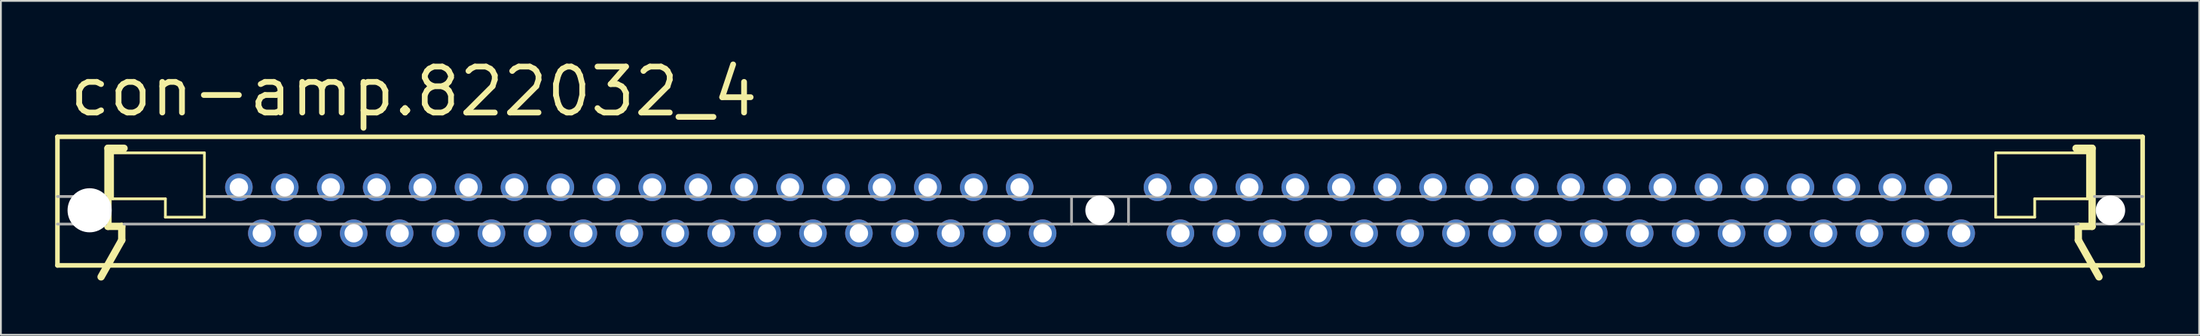
<source format=kicad_pcb>
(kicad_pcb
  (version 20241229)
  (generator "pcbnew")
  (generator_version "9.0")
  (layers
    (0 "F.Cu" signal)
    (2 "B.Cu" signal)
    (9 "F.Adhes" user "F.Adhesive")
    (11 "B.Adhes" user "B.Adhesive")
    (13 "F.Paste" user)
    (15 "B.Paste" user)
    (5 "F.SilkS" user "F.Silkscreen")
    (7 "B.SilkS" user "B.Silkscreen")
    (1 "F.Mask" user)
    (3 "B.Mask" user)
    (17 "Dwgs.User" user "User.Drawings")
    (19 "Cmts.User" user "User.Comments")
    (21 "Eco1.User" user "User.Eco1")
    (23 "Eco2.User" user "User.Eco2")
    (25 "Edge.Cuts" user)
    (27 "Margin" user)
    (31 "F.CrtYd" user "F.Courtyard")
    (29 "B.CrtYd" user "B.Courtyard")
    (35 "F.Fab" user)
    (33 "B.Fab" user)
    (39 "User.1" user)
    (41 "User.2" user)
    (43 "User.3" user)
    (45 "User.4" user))
  (footprint "con-amp.822032_4"
    (layer "F.Cu")
    (at 57.785 8.58)
    (property "Reference" "con-amp.822032_4" (at -57.15 -5.08 0) (layer "F.SilkS") (effects (font (size 2.54 2.54) (thickness 0.32)) (justify left bottom)))
    (attr through_hole)
    (fp_line (start -57.658 -4.064) (end 57.658 -4.064) (stroke (width 0.254) (type default)) (layer "F.SilkS"))
    (fp_line (start -57.658 3.048) (end -57.658 -4.064) (stroke (width 0.254) (type default)) (layer "F.SilkS"))
    (fp_line (start -54.864 -3.429) (end -54.864 0.889) (stroke (width 0.406) (type default)) (layer "F.SilkS"))
    (fp_line (start -54.864 0.889) (end -54.102 0.889) (stroke (width 0.406) (type default)) (layer "F.SilkS"))
    (fp_line (start -54.61 -3.175) (end -54.61 -0.635) (stroke (width 0.152) (type default)) (layer "F.SilkS"))
    (fp_line (start -54.102 0.889) (end -54.102 1.651) (stroke (width 0.406) (type default)) (layer "F.SilkS"))
    (fp_line (start -54.102 1.651) (end -55.245 3.683) (stroke (width 0.406) (type default)) (layer "F.SilkS"))
    (fp_line (start -53.975 -3.429) (end -54.864 -3.429) (stroke (width 0.406) (type default)) (layer "F.SilkS"))
    (fp_line (start -51.689 -0.635) (end -54.61 -0.635) (stroke (width 0.152) (type default)) (layer "F.SilkS"))
    (fp_line (start -51.689 0.381) (end -51.689 -0.635) (stroke (width 0.152) (type default)) (layer "F.SilkS"))
    (fp_line (start -51.689 0.381) (end -49.53 0.381) (stroke (width 0.152) (type default)) (layer "F.SilkS"))
    (fp_line (start -49.53 -3.175) (end -54.61 -3.175) (stroke (width 0.152) (type default)) (layer "F.SilkS"))
    (fp_line (start -49.53 0.381) (end -49.53 -3.175) (stroke (width 0.152) (type default)) (layer "F.SilkS"))
    (fp_line (start 49.53 -3.175) (end 54.61 -3.175) (stroke (width 0.152) (type default)) (layer "F.SilkS"))
    (fp_line (start 49.53 0.381) (end 49.53 -3.175) (stroke (width 0.152) (type default)) (layer "F.SilkS"))
    (fp_line (start 51.689 -0.635) (end 54.61 -0.635) (stroke (width 0.152) (type default)) (layer "F.SilkS"))
    (fp_line (start 51.689 0.381) (end 49.53 0.381) (stroke (width 0.152) (type default)) (layer "F.SilkS"))
    (fp_line (start 51.689 0.381) (end 51.689 -0.635) (stroke (width 0.152) (type default)) (layer "F.SilkS"))
    (fp_line (start 53.975 -3.429) (end 54.864 -3.429) (stroke (width 0.406) (type default)) (layer "F.SilkS"))
    (fp_line (start 54.102 0.889) (end 54.102 1.651) (stroke (width 0.406) (type default)) (layer "F.SilkS"))
    (fp_line (start 54.102 1.651) (end 55.245 3.683) (stroke (width 0.406) (type default)) (layer "F.SilkS"))
    (fp_line (start 54.61 -3.175) (end 54.61 -0.635) (stroke (width 0.152) (type default)) (layer "F.SilkS"))
    (fp_line (start 54.864 -3.429) (end 54.864 0.889) (stroke (width 0.406) (type default)) (layer "F.SilkS"))
    (fp_line (start 54.864 0.889) (end 54.102 0.889) (stroke (width 0.406) (type default)) (layer "F.SilkS"))
    (fp_line (start 57.658 -4.064) (end 57.658 3.048) (stroke (width 0.254) (type default)) (layer "F.SilkS"))
    (fp_line (start 57.658 3.048) (end -57.658 3.048) (stroke (width 0.254) (type default)) (layer "F.SilkS"))
    (fp_line (start -57.658 -0.762) (end -54.991 -0.762) (stroke (width 0.152) (type default)) (layer "F.Fab"))
    (fp_line (start -57.658 0.762) (end -54.991 0.762) (stroke (width 0.152) (type default)) (layer "F.Fab"))
    (fp_line (start -53.975 0.762) (end -1.575 0.762) (stroke (width 0.152) (type default)) (layer "F.Fab"))
    (fp_line (start -49.403 -0.762) (end -1.575 -0.762) (stroke (width 0.152) (type default)) (layer "F.Fab"))
    (fp_line (start -1.575 -0.762) (end 1.575 -0.762) (stroke (width 0.152) (type default)) (layer "F.Fab"))
    (fp_line (start -1.575 0.762) (end -1.575 -0.762) (stroke (width 0.152) (type default)) (layer "F.Fab"))
    (fp_line (start -1.575 0.762) (end 1.575 0.762) (stroke (width 0.152) (type default)) (layer "F.Fab"))
    (fp_line (start 1.575 0.762) (end 1.575 -0.762) (stroke (width 0.152) (type default)) (layer "F.Fab"))
    (fp_line (start 49.403 -0.762) (end 1.575 -0.762) (stroke (width 0.152) (type default)) (layer "F.Fab"))
    (fp_line (start 54.102 0.762) (end 1.575 0.762) (stroke (width 0.152) (type default)) (layer "F.Fab"))
    (fp_line (start 57.658 -0.762) (end 54.991 -0.762) (stroke (width 0.152) (type default)) (layer "F.Fab"))
    (fp_line (start 57.658 0.762) (end 55.118 0.762) (stroke (width 0.152) (type default)) (layer "F.Fab"))
    (pad "" np_thru_hole circle (at -55.88 0) (size 2.438 2.438) (drill 2.438) (layers "*.Cu" "*.Mask"))
    (pad "" np_thru_hole circle (at 0 0) (size 1.626 1.626) (drill 1.626) (layers "*.Cu" "*.Mask"))
    (pad "" np_thru_hole circle (at 55.88 0) (size 1.626 1.626) (drill 1.626) (layers "*.Cu" "*.Mask"))
    (pad "1" thru_hole circle (at 47.625 1.27) (size 1.524 1.524) (drill 1.016) (layers "*.Cu" "*.Mask"))
    (pad "2" thru_hole circle (at 46.355 -1.27) (size 1.524 1.524) (drill 1.016) (layers "*.Cu" "*.Mask"))
    (pad "3" thru_hole circle (at 45.085 1.27) (size 1.524 1.524) (drill 1.016) (layers "*.Cu" "*.Mask"))
    (pad "4" thru_hole circle (at 43.815 -1.27) (size 1.524 1.524) (drill 1.016) (layers "*.Cu" "*.Mask"))
    (pad "5" thru_hole circle (at 42.545 1.27) (size 1.524 1.524) (drill 1.016) (layers "*.Cu" "*.Mask"))
    (pad "6" thru_hole circle (at 41.275 -1.27) (size 1.524 1.524) (drill 1.016) (layers "*.Cu" "*.Mask"))
    (pad "7" thru_hole circle (at 40.005 1.27) (size 1.524 1.524) (drill 1.016) (layers "*.Cu" "*.Mask"))
    (pad "8" thru_hole circle (at 38.735 -1.27) (size 1.524 1.524) (drill 1.016) (layers "*.Cu" "*.Mask"))
    (pad "9" thru_hole circle (at 37.465 1.27) (size 1.524 1.524) (drill 1.016) (layers "*.Cu" "*.Mask"))
    (pad "10" thru_hole circle (at 36.195 -1.27) (size 1.524 1.524) (drill 1.016) (layers "*.Cu" "*.Mask"))
    (pad "11" thru_hole circle (at 34.925 1.27) (size 1.524 1.524) (drill 1.016) (layers "*.Cu" "*.Mask"))
    (pad "12" thru_hole circle (at 33.655 -1.27) (size 1.524 1.524) (drill 1.016) (layers "*.Cu" "*.Mask"))
    (pad "13" thru_hole circle (at 32.385 1.27) (size 1.524 1.524) (drill 1.016) (layers "*.Cu" "*.Mask"))
    (pad "14" thru_hole circle (at 31.115 -1.27) (size 1.524 1.524) (drill 1.016) (layers "*.Cu" "*.Mask"))
    (pad "15" thru_hole circle (at 29.845 1.27) (size 1.524 1.524) (drill 1.016) (layers "*.Cu" "*.Mask"))
    (pad "16" thru_hole circle (at 28.575 -1.27) (size 1.524 1.524) (drill 1.016) (layers "*.Cu" "*.Mask"))
    (pad "17" thru_hole circle (at 27.305 1.27) (size 1.524 1.524) (drill 1.016) (layers "*.Cu" "*.Mask"))
    (pad "18" thru_hole circle (at 26.035 -1.27) (size 1.524 1.524) (drill 1.016) (layers "*.Cu" "*.Mask"))
    (pad "19" thru_hole circle (at 24.765 1.27) (size 1.524 1.524) (drill 1.016) (layers "*.Cu" "*.Mask"))
    (pad "20" thru_hole circle (at 23.495 -1.27) (size 1.524 1.524) (drill 1.016) (layers "*.Cu" "*.Mask"))
    (pad "21" thru_hole circle (at 22.225 1.27) (size 1.524 1.524) (drill 1.016) (layers "*.Cu" "*.Mask"))
    (pad "22" thru_hole circle (at 20.955 -1.27) (size 1.524 1.524) (drill 1.016) (layers "*.Cu" "*.Mask"))
    (pad "23" thru_hole circle (at 19.685 1.27) (size 1.524 1.524) (drill 1.016) (layers "*.Cu" "*.Mask"))
    (pad "24" thru_hole circle (at 18.415 -1.27) (size 1.524 1.524) (drill 1.016) (layers "*.Cu" "*.Mask"))
    (pad "25" thru_hole circle (at 17.145 1.27) (size 1.524 1.524) (drill 1.016) (layers "*.Cu" "*.Mask"))
    (pad "26" thru_hole circle (at 15.875 -1.27) (size 1.524 1.524) (drill 1.016) (layers "*.Cu" "*.Mask"))
    (pad "27" thru_hole circle (at 14.605 1.27) (size 1.524 1.524) (drill 1.016) (layers "*.Cu" "*.Mask"))
    (pad "28" thru_hole circle (at 13.335 -1.27) (size 1.524 1.524) (drill 1.016) (layers "*.Cu" "*.Mask"))
    (pad "29" thru_hole circle (at 12.065 1.27) (size 1.524 1.524) (drill 1.016) (layers "*.Cu" "*.Mask"))
    (pad "30" thru_hole circle (at 10.795 -1.27) (size 1.524 1.524) (drill 1.016) (layers "*.Cu" "*.Mask"))
    (pad "31" thru_hole circle (at 9.525 1.27) (size 1.524 1.524) (drill 1.016) (layers "*.Cu" "*.Mask"))
    (pad "32" thru_hole circle (at 8.255 -1.27) (size 1.524 1.524) (drill 1.016) (layers "*.Cu" "*.Mask"))
    (pad "33" thru_hole circle (at 6.985 1.27) (size 1.524 1.524) (drill 1.016) (layers "*.Cu" "*.Mask"))
    (pad "34" thru_hole circle (at 5.715 -1.27) (size 1.524 1.524) (drill 1.016) (layers "*.Cu" "*.Mask"))
    (pad "35" thru_hole circle (at 4.445 1.27) (size 1.524 1.524) (drill 1.016) (layers "*.Cu" "*.Mask"))
    (pad "36" thru_hole circle (at 3.175 -1.27) (size 1.524 1.524) (drill 1.016) (layers "*.Cu" "*.Mask"))
    (pad "37" thru_hole circle (at -3.175 1.27) (size 1.524 1.524) (drill 1.016) (layers "*.Cu" "*.Mask"))
    (pad "38" thru_hole circle (at -4.445 -1.27) (size 1.524 1.524) (drill 1.016) (layers "*.Cu" "*.Mask"))
    (pad "39" thru_hole circle (at -5.715 1.27) (size 1.524 1.524) (drill 1.016) (layers "*.Cu" "*.Mask"))
    (pad "40" thru_hole circle (at -6.985 -1.27) (size 1.524 1.524) (drill 1.016) (layers "*.Cu" "*.Mask"))
    (pad "41" thru_hole circle (at -8.255 1.27) (size 1.524 1.524) (drill 1.016) (layers "*.Cu" "*.Mask"))
    (pad "42" thru_hole circle (at -9.525 -1.27) (size 1.524 1.524) (drill 1.016) (layers "*.Cu" "*.Mask"))
    (pad "43" thru_hole circle (at -10.795 1.27) (size 1.524 1.524) (drill 1.016) (layers "*.Cu" "*.Mask"))
    (pad "44" thru_hole circle (at -12.065 -1.27) (size 1.524 1.524) (drill 1.016) (layers "*.Cu" "*.Mask"))
    (pad "45" thru_hole circle (at -13.335 1.27) (size 1.524 1.524) (drill 1.016) (layers "*.Cu" "*.Mask"))
    (pad "46" thru_hole circle (at -14.605 -1.27) (size 1.524 1.524) (drill 1.016) (layers "*.Cu" "*.Mask"))
    (pad "47" thru_hole circle (at -15.875 1.27) (size 1.524 1.524) (drill 1.016) (layers "*.Cu" "*.Mask"))
    (pad "48" thru_hole circle (at -17.145 -1.27) (size 1.524 1.524) (drill 1.016) (layers "*.Cu" "*.Mask"))
    (pad "49" thru_hole circle (at -18.415 1.27) (size 1.524 1.524) (drill 1.016) (layers "*.Cu" "*.Mask"))
    (pad "50" thru_hole circle (at -19.685 -1.27) (size 1.524 1.524) (drill 1.016) (layers "*.Cu" "*.Mask"))
    (pad "51" thru_hole circle (at -20.955 1.27) (size 1.524 1.524) (drill 1.016) (layers "*.Cu" "*.Mask"))
    (pad "52" thru_hole circle (at -22.225 -1.27) (size 1.524 1.524) (drill 1.016) (layers "*.Cu" "*.Mask"))
    (pad "53" thru_hole circle (at -23.495 1.27) (size 1.524 1.524) (drill 1.016) (layers "*.Cu" "*.Mask"))
    (pad "54" thru_hole circle (at -24.765 -1.27) (size 1.524 1.524) (drill 1.016) (layers "*.Cu" "*.Mask"))
    (pad "55" thru_hole circle (at -26.035 1.27) (size 1.524 1.524) (drill 1.016) (layers "*.Cu" "*.Mask"))
    (pad "56" thru_hole circle (at -27.305 -1.27) (size 1.524 1.524) (drill 1.016) (layers "*.Cu" "*.Mask"))
    (pad "57" thru_hole circle (at -28.575 1.27) (size 1.524 1.524) (drill 1.016) (layers "*.Cu" "*.Mask"))
    (pad "58" thru_hole circle (at -29.845 -1.27) (size 1.524 1.524) (drill 1.016) (layers "*.Cu" "*.Mask"))
    (pad "59" thru_hole circle (at -31.115 1.27) (size 1.524 1.524) (drill 1.016) (layers "*.Cu" "*.Mask"))
    (pad "60" thru_hole circle (at -32.385 -1.27) (size 1.524 1.524) (drill 1.016) (layers "*.Cu" "*.Mask"))
    (pad "61" thru_hole circle (at -33.655 1.27) (size 1.524 1.524) (drill 1.016) (layers "*.Cu" "*.Mask"))
    (pad "62" thru_hole circle (at -34.925 -1.27) (size 1.524 1.524) (drill 1.016) (layers "*.Cu" "*.Mask"))
    (pad "63" thru_hole circle (at -36.195 1.27) (size 1.524 1.524) (drill 1.016) (layers "*.Cu" "*.Mask"))
    (pad "64" thru_hole circle (at -37.465 -1.27) (size 1.524 1.524) (drill 1.016) (layers "*.Cu" "*.Mask"))
    (pad "65" thru_hole circle (at -38.735 1.27) (size 1.524 1.524) (drill 1.016) (layers "*.Cu" "*.Mask"))
    (pad "66" thru_hole circle (at -40.005 -1.27) (size 1.524 1.524) (drill 1.016) (layers "*.Cu" "*.Mask"))
    (pad "67" thru_hole circle (at -41.275 1.27) (size 1.524 1.524) (drill 1.016) (layers "*.Cu" "*.Mask"))
    (pad "68" thru_hole circle (at -42.545 -1.27) (size 1.524 1.524) (drill 1.016) (layers "*.Cu" "*.Mask"))
    (pad "69" thru_hole circle (at -43.815 1.27) (size 1.524 1.524) (drill 1.016) (layers "*.Cu" "*.Mask"))
    (pad "70" thru_hole circle (at -45.085 -1.27) (size 1.524 1.524) (drill 1.016) (layers "*.Cu" "*.Mask"))
    (pad "71" thru_hole circle (at -46.355 1.27) (size 1.524 1.524) (drill 1.016) (layers "*.Cu" "*.Mask"))
    (pad "72" thru_hole circle (at -47.625 -1.27) (size 1.524 1.524) (drill 1.016) (layers "*.Cu" "*.Mask")))
  (gr_rect
    (start -3 -3)
    (end 118.57 15.466)
    (stroke (width 0.1) (type default))
    (fill no)
    (layer "Edge.Cuts")))
</source>
